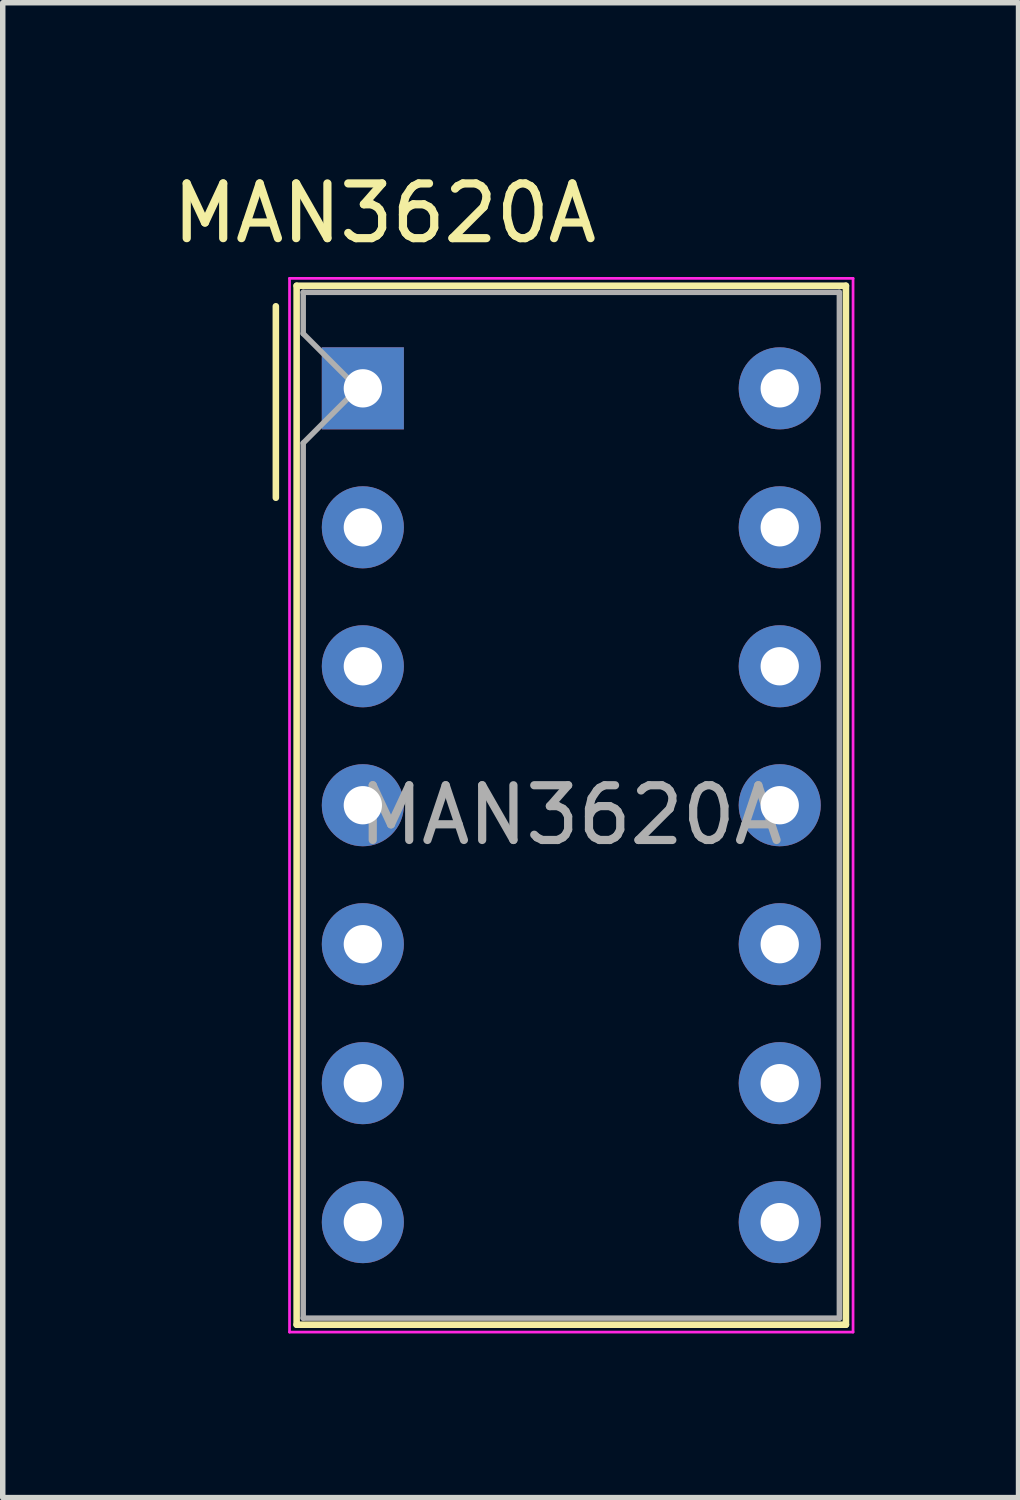
<source format=kicad_pcb>
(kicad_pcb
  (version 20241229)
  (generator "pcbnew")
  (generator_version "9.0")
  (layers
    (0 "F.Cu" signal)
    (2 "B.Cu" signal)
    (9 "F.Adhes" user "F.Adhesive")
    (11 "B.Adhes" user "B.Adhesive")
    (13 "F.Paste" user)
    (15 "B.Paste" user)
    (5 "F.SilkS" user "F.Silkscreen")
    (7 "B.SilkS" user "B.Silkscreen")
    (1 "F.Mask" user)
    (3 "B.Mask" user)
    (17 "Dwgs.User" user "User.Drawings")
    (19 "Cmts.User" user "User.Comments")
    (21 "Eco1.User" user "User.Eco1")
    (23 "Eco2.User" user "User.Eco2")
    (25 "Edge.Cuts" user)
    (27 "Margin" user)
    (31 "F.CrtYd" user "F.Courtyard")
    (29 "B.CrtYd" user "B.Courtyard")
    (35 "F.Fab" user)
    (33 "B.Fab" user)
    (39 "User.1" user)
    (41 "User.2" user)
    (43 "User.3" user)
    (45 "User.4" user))
  (footprint "MAN3620A"
    (layer "F.Cu")
    (at 3.582 4.048)
    (property "Reference" "MAN3620A" (at 0.4 -3.2 0) (layer "F.SilkS") (effects (font (size 1 1) (thickness 0.15))))
    (attr through_hole)
    (fp_line (start -1.59 -1.5) (end -1.59 2) (stroke (width 0.12) (type solid)) (layer "F.SilkS"))
    (fp_line (start -1.21 -1.875) (end 8.83 -1.875) (stroke (width 0.12) (type solid)) (layer "F.SilkS"))
    (fp_line (start -1.21 17.115) (end -1.21 -1.875) (stroke (width 0.12) (type solid)) (layer "F.SilkS"))
    (fp_line (start 8.83 -1.875) (end 8.83 17.115) (stroke (width 0.12) (type solid)) (layer "F.SilkS"))
    (fp_line (start 8.83 17.115) (end -1.21 17.115) (stroke (width 0.12) (type solid)) (layer "F.SilkS"))
    (fp_line (start -1.34 -2.01) (end 8.96 -2.01) (stroke (width 0.05) (type solid)) (layer "F.CrtYd"))
    (fp_line (start -1.34 17.25) (end -1.34 -2.01) (stroke (width 0.05) (type solid)) (layer "F.CrtYd"))
    (fp_line (start 8.96 -2.01) (end 8.96 17.25) (stroke (width 0.05) (type solid)) (layer "F.CrtYd"))
    (fp_line (start 8.96 17.25) (end -1.34 17.25) (stroke (width 0.05) (type solid)) (layer "F.CrtYd"))
    (fp_line (start -1.09 -1.755) (end 8.71 -1.755) (stroke (width 0.1) (type solid)) (layer "F.Fab"))
    (fp_line (start -1.09 -1) (end -1.09 -1.755) (stroke (width 0.1) (type solid)) (layer "F.Fab"))
    (fp_line (start -1.09 1) (end -0.09 0) (stroke (width 0.1) (type solid)) (layer "F.Fab"))
    (fp_line (start -1.09 16.995) (end -1.09 1) (stroke (width 0.1) (type solid)) (layer "F.Fab"))
    (fp_line (start -0.09 0) (end -1.09 -1) (stroke (width 0.1) (type solid)) (layer "F.Fab"))
    (fp_line (start 8.71 -1.755) (end 8.71 16.995) (stroke (width 0.1) (type solid)) (layer "F.Fab"))
    (fp_line (start 8.71 16.995) (end -1.09 16.995) (stroke (width 0.1) (type solid)) (layer "F.Fab"))
    (fp_text user "${REFERENCE}" (at 3.8 7.8 0) (layer "F.Fab") (effects (font (size 1 1) (thickness 0.15))))
    (pad "1" thru_hole rect (at 0 0) (size 1.5 1.5) (drill 0.7) (layers "*.Cu" "*.Mask"))
    (pad "2" thru_hole circle (at 0 2.54) (size 1.5 1.5) (drill 0.7) (layers "*.Cu" "*.Mask"))
    (pad "3" thru_hole circle (at 0 5.08) (size 1.5 1.5) (drill 0.7) (layers "*.Cu" "*.Mask"))
    (pad "4" thru_hole circle (at 0 7.62) (size 1.5 1.5) (drill 0.7) (layers "*.Cu" "*.Mask"))
    (pad "5" thru_hole circle (at 0 10.16) (size 1.5 1.5) (drill 0.7) (layers "*.Cu" "*.Mask"))
    (pad "6" thru_hole circle (at 0 12.7) (size 1.5 1.5) (drill 0.7) (layers "*.Cu" "*.Mask"))
    (pad "7" thru_hole circle (at 0 15.24) (size 1.5 1.5) (drill 0.7) (layers "*.Cu" "*.Mask"))
    (pad "8" thru_hole circle (at 7.62 15.24) (size 1.5 1.5) (drill 0.7) (layers "*.Cu" "*.Mask"))
    (pad "9" thru_hole circle (at 7.62 12.7) (size 1.5 1.5) (drill 0.7) (layers "*.Cu" "*.Mask"))
    (pad "10" thru_hole circle (at 7.62 10.16) (size 1.5 1.5) (drill 0.7) (layers "*.Cu" "*.Mask"))
    (pad "11" thru_hole circle (at 7.62 7.62) (size 1.5 1.5) (drill 0.7) (layers "*.Cu" "*.Mask"))
    (pad "12" thru_hole circle (at 7.62 5.08) (size 1.5 1.5) (drill 0.7) (layers "*.Cu" "*.Mask"))
    (pad "13" thru_hole circle (at 7.62 2.54) (size 1.5 1.5) (drill 0.7) (layers "*.Cu" "*.Mask"))
    (pad "14" thru_hole circle (at 7.62 0) (size 1.5 1.5) (drill 0.7) (layers "*.Cu" "*.Mask")))
  (gr_rect
    (start -3 -3)
    (end 15.567 24.323)
    (stroke (width 0.1) (type default))
    (fill no)
    (layer "Edge.Cuts")))
</source>
